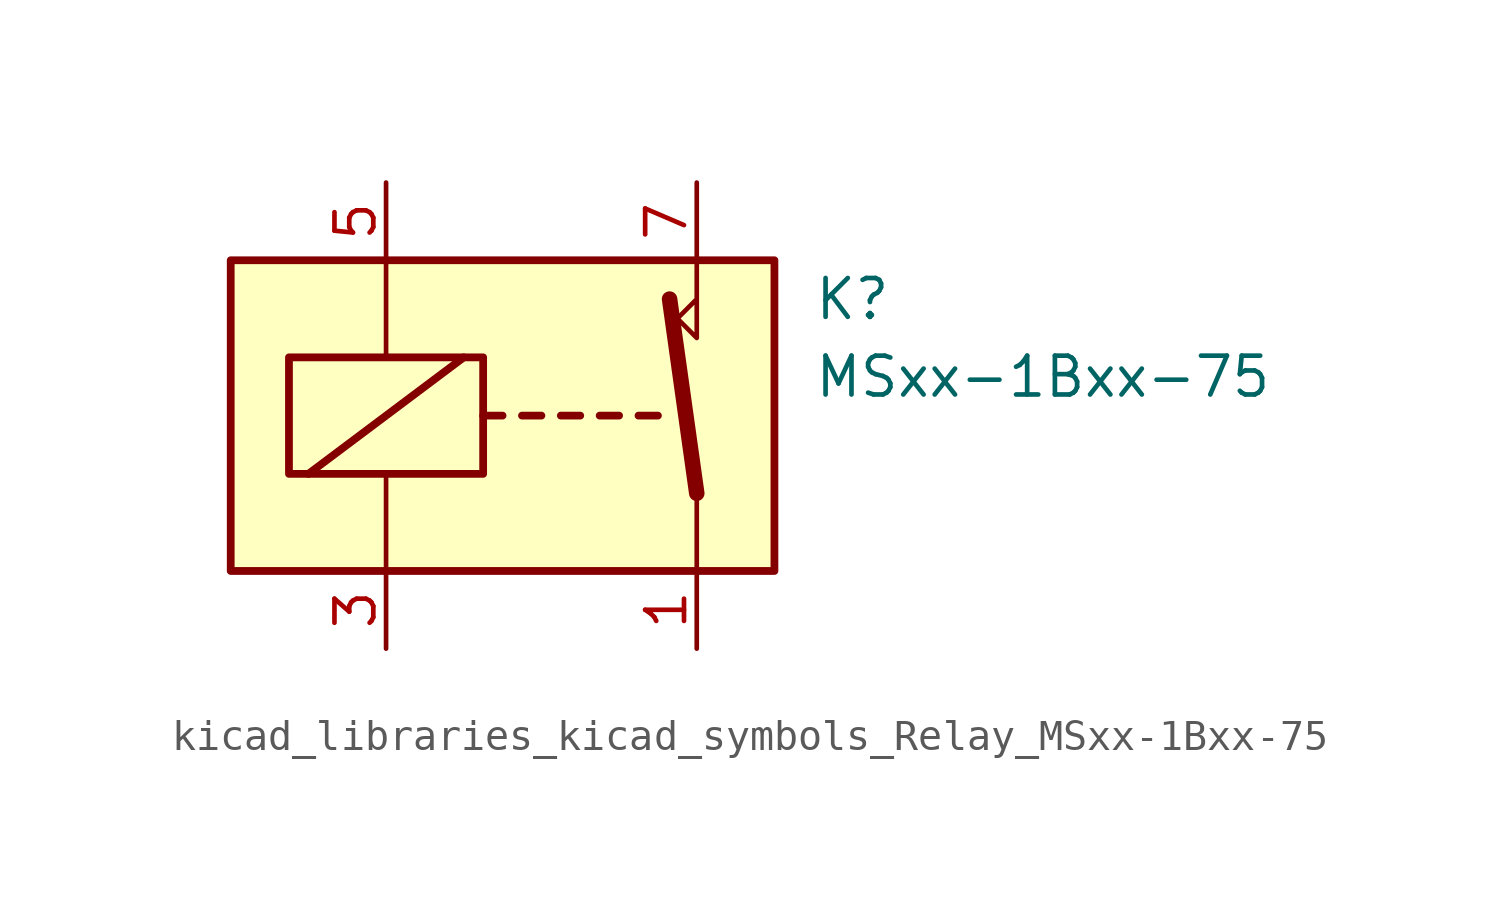
<source format=kicad_sym>
(kicad_symbol_lib
  (version 20220914)
  (generator kicad_symbol_editor)
  (symbol "kicad_libraries_kicad_symbols_Relay_MSxx-1Bxx-75"
    (property "Reference" "K"
      (at 8.89 3.81 0)
      (effects (font (size 1.27 1.27)) (justify left)))
    (property "Value" "MSxx-1Bxx-75"
      (at 8.89 1.27 0)
      (effects (font (size 1.27 1.27)) (justify left)))
    (symbol "kicad_libraries_kicad_symbols_Relay_MSxx-1Bxx-75_0_0"
      (polyline (pts (xy 5.08 5.08) (xy 5.08 2.54) (xy 4.445 3.175) (xy 5.08 3.81)) (stroke (width 0) (type default)) (fill (type none))))
    (symbol "kicad_libraries_kicad_symbols_Relay_MSxx-1Bxx-75_0_1"
      (rectangle (start -10.16 5.08) (end 7.62 -5.08) (stroke (width 0.254) (type default)) (fill (type background)))
      (rectangle (start -8.255 1.905) (end -1.905 -1.905) (stroke (width 0.254) (type default)) (fill (type none)))
      (polyline (pts (xy -7.62 -1.905) (xy -2.54 1.905)) (stroke (width 0.254) (type default)) (fill (type none)))
      (polyline (pts (xy -5.08 -5.08) (xy -5.08 -1.905)) (stroke (width 0) (type default)) (fill (type none)))
      (polyline (pts (xy -5.08 5.08) (xy -5.08 1.905)) (stroke (width 0) (type default)) (fill (type none)))
      (polyline (pts (xy -1.905 0) (xy -1.27 0)) (stroke (width 0.254) (type default)) (fill (type none)))
      (polyline (pts (xy -0.635 0) (xy 0 0)) (stroke (width 0.254) (type default)) (fill (type none)))
      (polyline (pts (xy 0.635 0) (xy 1.27 0)) (stroke (width 0.254) (type default)) (fill (type none)))
      (polyline (pts (xy 1.905 0) (xy 2.54 0)) (stroke (width 0.254) (type default)) (fill (type none)))
      (polyline (pts (xy 3.175 0) (xy 3.81 0)) (stroke (width 0.254) (type default)) (fill (type none)))
      (polyline (pts (xy 5.08 -2.54) (xy 4.191 3.81)) (stroke (width 0.508) (type default)) (fill (type none)))
      (polyline (pts (xy 5.08 -2.54) (xy 5.08 -5.08)) (stroke (width 0) (type default)) (fill (type none))))
    (symbol "kicad_libraries_kicad_symbols_Relay_MSxx-1Bxx-75_1_1"
      (pin passive line (at 5.08 -7.62 90) (length 2.54) (name "~" (effects (font (size 1.27 1.27)))) (number "1" (effects (font (size 1.27 1.27)))))
      (pin passive line (at -5.08 -7.62 90) (length 2.54) (name "~" (effects (font (size 1.27 1.27)))) (number "3" (effects (font (size 1.27 1.27)))))
      (pin passive line (at -5.08 7.62 270) (length 2.54) (name "~" (effects (font (size 1.27 1.27)))) (number "5" (effects (font (size 1.27 1.27)))))
      (pin passive line (at 5.08 7.62 270) (length 2.54) (name "~" (effects (font (size 1.27 1.27)))) (number "7" (effects (font (size 1.27 1.27))))))))
</source>
